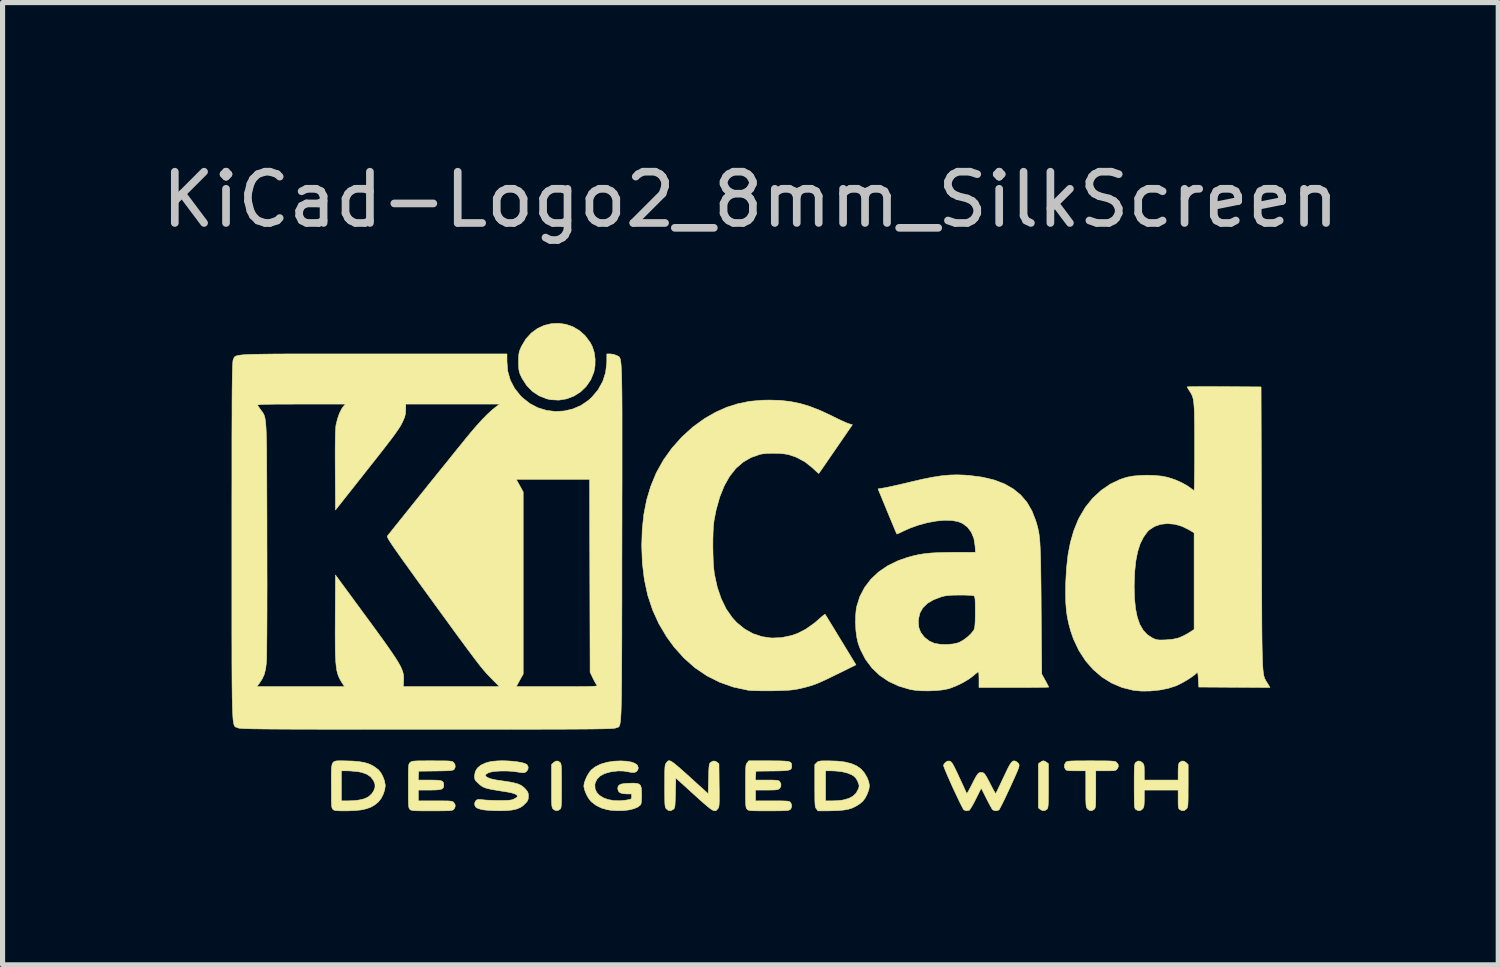
<source format=kicad_pcb>
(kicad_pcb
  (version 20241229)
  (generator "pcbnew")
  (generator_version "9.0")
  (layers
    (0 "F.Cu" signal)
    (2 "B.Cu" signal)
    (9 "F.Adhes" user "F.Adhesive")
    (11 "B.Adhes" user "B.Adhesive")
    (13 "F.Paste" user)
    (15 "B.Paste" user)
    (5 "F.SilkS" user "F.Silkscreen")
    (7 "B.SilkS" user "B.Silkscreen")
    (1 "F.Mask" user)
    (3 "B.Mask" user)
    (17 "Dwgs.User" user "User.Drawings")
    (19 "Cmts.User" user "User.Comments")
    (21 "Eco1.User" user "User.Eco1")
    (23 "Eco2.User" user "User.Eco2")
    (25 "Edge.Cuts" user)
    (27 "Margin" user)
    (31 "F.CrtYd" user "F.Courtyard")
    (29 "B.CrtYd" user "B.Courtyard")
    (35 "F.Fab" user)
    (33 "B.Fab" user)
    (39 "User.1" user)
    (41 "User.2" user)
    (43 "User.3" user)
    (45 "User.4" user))
  (footprint "KiCad-Logo2_8mm_SilkScreen"
    (layer "F.Cu")
    (at 11.601 7.198)
    (property "Reference" "KiCad-Logo2_8mm_SilkScreen" (at 0 -6.35 180) (layer "Dwgs.User") (effects (font (size 1 1) (thickness 0.15))))
    (attr exclude_from_pos_files exclude_from_bom)
    (fp_poly (pts (xy 5.752 4.615) (xy 5.783 4.635) (xy 5.819 4.664) (xy 5.819 5.092) (xy 5.819 5.217) (xy 5.818 5.316) (xy 5.817 5.391) (xy 5.815 5.447) (xy 5.812 5.487) (xy 5.808 5.515) (xy 5.802 5.533) (xy 5.795 5.545) (xy 5.79 5.552) (xy 5.748 5.579) (xy 5.701 5.578) (xy 5.659 5.555) (xy 5.623 5.526) (xy 5.623 4.664) (xy 5.659 4.635) (xy 5.693 4.614) (xy 5.721 4.606) (xy 5.752 4.615)) (stroke (width 0.01) (type solid)) (fill yes) (layer "F.SilkS"))
    (fp_poly (pts (xy -3.718 4.636) (xy -3.709 4.647) (xy -3.702 4.66) (xy -3.697 4.679) (xy -3.693 4.708) (xy -3.69 4.751) (xy -3.689 4.811) (xy -3.688 4.89) (xy -3.688 4.994) (xy -3.688 5.095) (xy -3.688 5.22) (xy -3.688 5.318) (xy -3.689 5.393) (xy -3.691 5.449) (xy -3.694 5.489) (xy -3.698 5.516) (xy -3.703 5.533) (xy -3.711 5.545) (xy -3.718 5.553) (xy -3.762 5.579) (xy -3.808 5.577) (xy -3.85 5.549) (xy -3.86 5.537) (xy -3.867 5.524) (xy -3.873 5.506) (xy -3.877 5.479) (xy -3.88 5.439) (xy -3.882 5.383) (xy -3.883 5.308) (xy -3.883 5.209) (xy -3.883 5.097) (xy -3.883 4.68) (xy -3.846 4.643) (xy -3.801 4.612) (xy -3.756 4.611) (xy -3.718 4.636)) (stroke (width 0.01) (type solid)) (fill yes) (layer "F.SilkS"))
    (fp_poly (pts (xy -3.602 -3.916) (xy -3.466 -3.869) (xy -3.339 -3.794) (xy -3.226 -3.693) (xy -3.13 -3.564) (xy -3.087 -3.483) (xy -3.05 -3.37) (xy -3.032 -3.239) (xy -3.034 -3.105) (xy -3.056 -2.983) (xy -3.117 -2.834) (xy -3.205 -2.705) (xy -3.315 -2.598) (xy -3.444 -2.516) (xy -3.587 -2.461) (xy -3.739 -2.436) (xy -3.896 -2.444) (xy -3.973 -2.46) (xy -4.124 -2.519) (xy -4.258 -2.608) (xy -4.372 -2.726) (xy -4.463 -2.869) (xy -4.47 -2.885) (xy -4.497 -2.943) (xy -4.513 -2.993) (xy -4.522 -3.045) (xy -4.526 -3.111) (xy -4.527 -3.184) (xy -4.526 -3.271) (xy -4.521 -3.334) (xy -4.511 -3.385) (xy -4.492 -3.436) (xy -4.469 -3.487) (xy -4.384 -3.63) (xy -4.279 -3.745) (xy -4.158 -3.834) (xy -4.026 -3.895) (xy -3.886 -3.929) (xy -3.744 -3.936) (xy -3.602 -3.916)) (stroke (width 0.01) (type solid)) (fill yes) (layer "F.SilkS"))
    (fp_poly (pts (xy 6.783 4.607) (xy 6.887 4.607) (xy 6.969 4.608) (xy 7.03 4.61) (xy 7.074 4.613) (xy 7.105 4.616) (xy 7.126 4.621) (xy 7.139 4.628) (xy 7.146 4.633) (xy 7.18 4.676) (xy 7.184 4.721) (xy 7.163 4.762) (xy 7.149 4.778) (xy 7.134 4.789) (xy 7.113 4.796) (xy 7.079 4.8) (xy 7.027 4.801) (xy 6.952 4.802) (xy 6.937 4.802) (xy 6.743 4.802) (xy 6.743 5.163) (xy 6.743 5.276) (xy 6.742 5.364) (xy 6.741 5.429) (xy 6.739 5.475) (xy 6.735 5.507) (xy 6.729 5.528) (xy 6.722 5.543) (xy 6.713 5.553) (xy 6.669 5.58) (xy 6.623 5.578) (xy 6.582 5.547) (xy 6.579 5.544) (xy 6.569 5.53) (xy 6.561 5.513) (xy 6.556 5.49) (xy 6.552 5.457) (xy 6.55 5.409) (xy 6.548 5.343) (xy 6.548 5.254) (xy 6.548 5.153) (xy 6.548 4.802) (xy 6.362 4.802) (xy 6.282 4.801) (xy 6.227 4.799) (xy 6.191 4.795) (xy 6.168 4.787) (xy 6.153 4.776) (xy 6.152 4.774) (xy 6.13 4.73) (xy 6.132 4.68) (xy 6.157 4.636) (xy 6.167 4.628) (xy 6.179 4.621) (xy 6.198 4.616) (xy 6.226 4.612) (xy 6.267 4.61) (xy 6.324 4.608) (xy 6.4 4.607) (xy 6.499 4.607) (xy 6.624 4.606) (xy 6.651 4.606) (xy 6.783 4.607)) (stroke (width 0.01) (type solid)) (fill yes) (layer "F.SilkS"))
    (fp_poly (pts (xy 8.468 4.614) (xy 8.51 4.643) (xy 8.547 4.68) (xy 8.547 5.092) (xy 8.546 5.214) (xy 8.546 5.31) (xy 8.545 5.384) (xy 8.543 5.438) (xy 8.54 5.476) (xy 8.536 5.503) (xy 8.529 5.521) (xy 8.522 5.535) (xy 8.515 5.544) (xy 8.474 5.576) (xy 8.427 5.58) (xy 8.385 5.56) (xy 8.37 5.548) (xy 8.361 5.532) (xy 8.355 5.507) (xy 8.352 5.466) (xy 8.351 5.405) (xy 8.351 5.357) (xy 8.351 5.178) (xy 7.69 5.178) (xy 7.69 5.341) (xy 7.689 5.416) (xy 7.686 5.467) (xy 7.681 5.501) (xy 7.671 5.526) (xy 7.659 5.544) (xy 7.618 5.576) (xy 7.571 5.58) (xy 7.526 5.557) (xy 7.514 5.545) (xy 7.506 5.529) (xy 7.5 5.504) (xy 7.497 5.465) (xy 7.495 5.406) (xy 7.494 5.324) (xy 7.494 5.305) (xy 7.493 5.15) (xy 7.493 5.023) (xy 7.493 4.919) (xy 7.494 4.838) (xy 7.495 4.775) (xy 7.497 4.728) (xy 7.501 4.695) (xy 7.505 4.671) (xy 7.51 4.656) (xy 7.517 4.645) (xy 7.525 4.636) (xy 7.567 4.61) (xy 7.611 4.614) (xy 7.653 4.643) (xy 7.67 4.662) (xy 7.681 4.684) (xy 7.687 4.714) (xy 7.689 4.76) (xy 7.69 4.828) (xy 7.69 4.982) (xy 8.351 4.982) (xy 8.351 4.824) (xy 8.352 4.752) (xy 8.355 4.703) (xy 8.36 4.671) (xy 8.37 4.649) (xy 8.381 4.636) (xy 8.424 4.61) (xy 8.468 4.614)) (stroke (width 0.01) (type solid)) (fill yes) (layer "F.SilkS"))
    (fp_poly (pts (xy 1.531 4.607) (xy 1.703 4.612) (xy 1.849 4.63) (xy 1.971 4.661) (xy 2.073 4.705) (xy 2.157 4.764) (xy 2.224 4.84) (xy 2.278 4.932) (xy 2.279 4.934) (xy 2.311 5.017) (xy 2.323 5.09) (xy 2.314 5.164) (xy 2.283 5.248) (xy 2.278 5.261) (xy 2.239 5.336) (xy 2.195 5.394) (xy 2.139 5.443) (xy 2.062 5.492) (xy 2.057 5.494) (xy 1.99 5.527) (xy 1.915 5.551) (xy 1.825 5.567) (xy 1.718 5.578) (xy 1.586 5.582) (xy 1.54 5.583) (xy 1.319 5.583) (xy 1.288 5.544) (xy 1.279 5.531) (xy 1.272 5.516) (xy 1.266 5.494) (xy 1.263 5.464) (xy 1.26 5.42) (xy 1.259 5.388) (xy 1.468 5.388) (xy 1.593 5.388) (xy 1.666 5.386) (xy 1.741 5.38) (xy 1.802 5.372) (xy 1.806 5.372) (xy 1.916 5.342) (xy 2 5.298) (xy 2.064 5.237) (xy 2.107 5.157) (xy 2.115 5.136) (xy 2.122 5.103) (xy 2.119 5.071) (xy 2.103 5.028) (xy 2.094 5.006) (xy 2.063 4.95) (xy 2.025 4.91) (xy 1.984 4.883) (xy 1.902 4.847) (xy 1.796 4.821) (xy 1.673 4.806) (xy 1.584 4.802) (xy 1.468 4.802) (xy 1.468 5.388) (xy 1.259 5.388) (xy 1.258 5.36) (xy 1.258 5.279) (xy 1.257 5.174) (xy 1.257 5.092) (xy 1.257 4.68) (xy 1.294 4.643) (xy 1.31 4.628) (xy 1.328 4.618) (xy 1.353 4.612) (xy 1.39 4.608) (xy 1.446 4.607) (xy 1.526 4.607) (xy 1.531 4.607)) (stroke (width 0.01) (type solid)) (fill yes) (layer "F.SilkS"))
    (fp_poly (pts (xy -7.975 4.606) (xy -7.922 4.607) (xy -7.768 4.611) (xy -7.639 4.622) (xy -7.531 4.641) (xy -7.439 4.67) (xy -7.358 4.711) (xy -7.286 4.763) (xy -7.259 4.785) (xy -7.216 4.838) (xy -7.177 4.91) (xy -7.147 4.99) (xy -7.131 5.067) (xy -7.129 5.095) (xy -7.14 5.173) (xy -7.169 5.259) (xy -7.21 5.34) (xy -7.259 5.404) (xy -7.267 5.412) (xy -7.335 5.467) (xy -7.409 5.51) (xy -7.493 5.541) (xy -7.593 5.564) (xy -7.712 5.577) (xy -7.854 5.583) (xy -7.919 5.583) (xy -8.002 5.583) (xy -8.06 5.581) (xy -8.099 5.578) (xy -8.125 5.571) (xy -8.142 5.562) (xy -8.151 5.553) (xy -8.16 5.543) (xy -8.167 5.53) (xy -8.172 5.511) (xy -8.176 5.481) (xy -8.179 5.439) (xy -8.18 5.379) (xy -8.181 5.299) (xy -8.181 5.196) (xy -8.181 5.095) (xy -8.182 4.961) (xy -8.182 4.853) (xy -8.18 4.802) (xy -7.986 4.802) (xy -7.986 5.388) (xy -7.862 5.388) (xy -7.787 5.386) (xy -7.709 5.38) (xy -7.644 5.372) (xy -7.642 5.372) (xy -7.537 5.347) (xy -7.455 5.307) (xy -7.393 5.251) (xy -7.353 5.189) (xy -7.329 5.122) (xy -7.331 5.058) (xy -7.359 4.99) (xy -7.414 4.919) (xy -7.491 4.867) (xy -7.59 4.832) (xy -7.657 4.819) (xy -7.732 4.811) (xy -7.812 4.804) (xy -7.881 4.802) (xy -7.885 4.802) (xy -7.986 4.802) (xy -8.18 4.802) (xy -8.18 4.77) (xy -8.174 4.708) (xy -8.163 4.663) (xy -8.145 4.634) (xy -8.119 4.617) (xy -8.083 4.608) (xy -8.036 4.606) (xy -7.975 4.606)) (stroke (width 0.01) (type solid)) (fill yes) (layer "F.SilkS"))
    (fp_poly (pts (xy -1.556 4.612) (xy -1.524 4.631) (xy -1.483 4.661) (xy -1.431 4.704) (xy -1.364 4.762) (xy -1.281 4.835) (xy -1.18 4.926) (xy -1.065 5.031) (xy -0.824 5.249) (xy -0.817 4.957) (xy -0.814 4.856) (xy -0.812 4.781) (xy -0.808 4.727) (xy -0.804 4.691) (xy -0.799 4.667) (xy -0.79 4.651) (xy -0.78 4.64) (xy -0.774 4.635) (xy -0.728 4.61) (xy -0.684 4.614) (xy -0.649 4.635) (xy -0.614 4.664) (xy -0.61 5.083) (xy -0.608 5.206) (xy -0.608 5.303) (xy -0.608 5.377) (xy -0.609 5.432) (xy -0.612 5.471) (xy -0.616 5.499) (xy -0.621 5.518) (xy -0.629 5.532) (xy -0.637 5.543) (xy -0.655 5.564) (xy -0.673 5.578) (xy -0.693 5.583) (xy -0.718 5.578) (xy -0.751 5.562) (xy -0.793 5.533) (xy -0.848 5.489) (xy -0.917 5.429) (xy -1.004 5.352) (xy -1.102 5.263) (xy -1.456 4.942) (xy -1.463 5.234) (xy -1.466 5.335) (xy -1.469 5.41) (xy -1.472 5.463) (xy -1.476 5.5) (xy -1.482 5.523) (xy -1.49 5.539) (xy -1.501 5.55) (xy -1.506 5.555) (xy -1.555 5.58) (xy -1.602 5.576) (xy -1.642 5.544) (xy -1.652 5.531) (xy -1.659 5.515) (xy -1.664 5.494) (xy -1.668 5.464) (xy -1.671 5.42) (xy -1.672 5.359) (xy -1.673 5.278) (xy -1.674 5.173) (xy -1.674 5.095) (xy -1.673 4.973) (xy -1.673 4.878) (xy -1.672 4.805) (xy -1.67 4.751) (xy -1.667 4.713) (xy -1.662 4.686) (xy -1.656 4.668) (xy -1.648 4.654) (xy -1.642 4.646) (xy -1.627 4.627) (xy -1.613 4.613) (xy -1.598 4.605) (xy -1.58 4.604) (xy -1.556 4.612)) (stroke (width 0.01) (type solid)) (fill yes) (layer "F.SilkS"))
    (fp_poly (pts (xy -2.421 4.614) (xy -2.33 4.629) (xy -2.26 4.653) (xy -2.214 4.684) (xy -2.202 4.702) (xy -2.189 4.744) (xy -2.198 4.781) (xy -2.225 4.817) (xy -2.266 4.834) (xy -2.327 4.832) (xy -2.374 4.823) (xy -2.478 4.806) (xy -2.584 4.804) (xy -2.703 4.818) (xy -2.736 4.824) (xy -2.846 4.855) (xy -2.933 4.902) (xy -2.994 4.963) (xy -3.03 5.037) (xy -3.037 5.075) (xy -3.032 5.154) (xy -3.001 5.223) (xy -2.947 5.281) (xy -2.872 5.328) (xy -2.779 5.362) (xy -2.671 5.382) (xy -2.551 5.386) (xy -2.422 5.373) (xy -2.415 5.371) (xy -2.364 5.362) (xy -2.335 5.353) (xy -2.323 5.339) (xy -2.32 5.316) (xy -2.32 5.304) (xy -2.32 5.253) (xy -2.411 5.253) (xy -2.492 5.247) (xy -2.546 5.23) (xy -2.578 5.198) (xy -2.59 5.152) (xy -2.59 5.146) (xy -2.583 5.106) (xy -2.56 5.078) (xy -2.517 5.059) (xy -2.45 5.049) (xy -2.385 5.045) (xy -2.291 5.042) (xy -2.223 5.046) (xy -2.176 5.059) (xy -2.147 5.085) (xy -2.132 5.127) (xy -2.126 5.191) (xy -2.124 5.273) (xy -2.126 5.366) (xy -2.132 5.429) (xy -2.141 5.462) (xy -2.143 5.465) (xy -2.195 5.507) (xy -2.271 5.54) (xy -2.366 5.564) (xy -2.476 5.578) (xy -2.596 5.58) (xy -2.72 5.572) (xy -2.793 5.561) (xy -2.908 5.528) (xy -3.015 5.475) (xy -3.104 5.406) (xy -3.118 5.393) (xy -3.162 5.335) (xy -3.202 5.263) (xy -3.232 5.188) (xy -3.25 5.119) (xy -3.252 5.093) (xy -3.243 5.038) (xy -3.219 4.97) (xy -3.186 4.898) (xy -3.146 4.833) (xy -3.112 4.789) (xy -3.031 4.724) (xy -2.926 4.672) (xy -2.801 4.635) (xy -2.66 4.613) (xy -2.53 4.608) (xy -2.421 4.614)) (stroke (width 0.01) (type solid)) (fill yes) (layer "F.SilkS"))
    (fp_poly (pts (xy 0.482 4.607) (xy 0.583 4.608) (xy 0.661 4.611) (xy 0.719 4.616) (xy 0.758 4.624) (xy 0.784 4.636) (xy 0.798 4.652) (xy 0.805 4.673) (xy 0.806 4.699) (xy 0.806 4.703) (xy 0.805 4.733) (xy 0.799 4.756) (xy 0.784 4.774) (xy 0.757 4.786) (xy 0.715 4.794) (xy 0.655 4.8) (xy 0.572 4.803) (xy 0.463 4.805) (xy 0.43 4.805) (xy 0.107 4.809) (xy 0.103 4.896) (xy 0.098 4.982) (xy 0.322 4.982) (xy 0.41 4.982) (xy 0.472 4.984) (xy 0.515 4.987) (xy 0.542 4.992) (xy 0.56 5) (xy 0.573 5.012) (xy 0.573 5.012) (xy 0.596 5.056) (xy 0.595 5.105) (xy 0.571 5.146) (xy 0.566 5.15) (xy 0.549 5.161) (xy 0.525 5.169) (xy 0.49 5.174) (xy 0.438 5.176) (xy 0.364 5.177) (xy 0.316 5.178) (xy 0.1 5.178) (xy 0.1 5.388) (xy 0.428 5.388) (xy 0.537 5.388) (xy 0.619 5.389) (xy 0.679 5.391) (xy 0.721 5.393) (xy 0.749 5.398) (xy 0.767 5.404) (xy 0.778 5.412) (xy 0.781 5.415) (xy 0.803 5.457) (xy 0.805 5.505) (xy 0.787 5.547) (xy 0.773 5.56) (xy 0.758 5.567) (xy 0.736 5.573) (xy 0.702 5.577) (xy 0.653 5.58) (xy 0.585 5.582) (xy 0.495 5.583) (xy 0.379 5.583) (xy 0.353 5.583) (xy 0.235 5.583) (xy 0.143 5.583) (xy 0.075 5.582) (xy 0.025 5.58) (xy -0.01 5.577) (xy -0.033 5.572) (xy -0.048 5.565) (xy -0.059 5.557) (xy -0.065 5.55) (xy -0.074 5.539) (xy -0.081 5.526) (xy -0.086 5.506) (xy -0.09 5.477) (xy -0.093 5.434) (xy -0.094 5.374) (xy -0.095 5.294) (xy -0.095 5.189) (xy -0.095 5.102) (xy -0.095 4.979) (xy -0.095 4.882) (xy -0.094 4.808) (xy -0.092 4.754) (xy -0.089 4.715) (xy -0.085 4.688) (xy -0.079 4.669) (xy -0.071 4.655) (xy -0.064 4.646) (xy -0.033 4.606) (xy 0.353 4.606) (xy 0.482 4.607)) (stroke (width 0.01) (type solid)) (fill yes) (layer "F.SilkS"))
    (fp_poly (pts (xy -6.099 4.607) (xy -6.007 4.607) (xy -5.937 4.608) (xy -5.886 4.61) (xy -5.851 4.614) (xy -5.827 4.618) (xy -5.811 4.625) (xy -5.799 4.633) (xy -5.795 4.637) (xy -5.768 4.678) (xy -5.763 4.726) (xy -5.781 4.768) (xy -5.789 4.777) (xy -5.802 4.785) (xy -5.823 4.791) (xy -5.855 4.796) (xy -5.903 4.8) (xy -5.971 4.802) (xy -6.062 4.804) (xy -6.146 4.805) (xy -6.476 4.809) (xy -6.485 4.982) (xy -6.261 4.982) (xy -6.164 4.983) (xy -6.092 4.986) (xy -6.043 4.994) (xy -6.012 5.007) (xy -5.995 5.028) (xy -5.988 5.057) (xy -5.987 5.084) (xy -5.99 5.117) (xy -6.003 5.141) (xy -6.028 5.158) (xy -6.071 5.169) (xy -6.133 5.175) (xy -6.221 5.177) (xy -6.268 5.178) (xy -6.483 5.178) (xy -6.483 5.388) (xy -6.152 5.388) (xy -6.044 5.388) (xy -5.962 5.389) (xy -5.901 5.39) (xy -5.859 5.393) (xy -5.83 5.397) (xy -5.811 5.404) (xy -5.798 5.412) (xy -5.792 5.418) (xy -5.769 5.454) (xy -5.762 5.486) (xy -5.772 5.525) (xy -5.792 5.553) (xy -5.802 5.562) (xy -5.816 5.569) (xy -5.836 5.575) (xy -5.866 5.578) (xy -5.911 5.581) (xy -5.973 5.582) (xy -6.056 5.583) (xy -6.164 5.583) (xy -6.22 5.583) (xy -6.34 5.583) (xy -6.434 5.583) (xy -6.505 5.582) (xy -6.556 5.58) (xy -6.592 5.576) (xy -6.617 5.572) (xy -6.633 5.566) (xy -6.644 5.558) (xy -6.648 5.553) (xy -6.657 5.543) (xy -6.664 5.53) (xy -6.669 5.511) (xy -6.673 5.481) (xy -6.676 5.438) (xy -6.677 5.379) (xy -6.678 5.298) (xy -6.678 5.194) (xy -6.678 5.097) (xy -6.678 4.973) (xy -6.678 4.876) (xy -6.677 4.801) (xy -6.676 4.746) (xy -6.673 4.707) (xy -6.669 4.681) (xy -6.663 4.663) (xy -6.656 4.651) (xy -6.646 4.641) (xy -6.644 4.639) (xy -6.632 4.629) (xy -6.619 4.622) (xy -6.6 4.616) (xy -6.571 4.612) (xy -6.53 4.609) (xy -6.472 4.607) (xy -6.394 4.607) (xy -6.291 4.606) (xy -6.218 4.606) (xy -6.099 4.607)) (stroke (width 0.01) (type solid)) (fill yes) (layer "F.SilkS"))
    (fp_poly (pts (xy 5.161 4.609) (xy 5.187 4.618) (xy 5.188 4.619) (xy 5.223 4.646) (xy 5.243 4.674) (xy 5.246 4.687) (xy 5.246 4.704) (xy 5.241 4.729) (xy 5.229 4.764) (xy 5.21 4.812) (xy 5.182 4.878) (xy 5.144 4.962) (xy 5.095 5.07) (xy 5.068 5.129) (xy 5.019 5.233) (xy 4.974 5.33) (xy 4.933 5.414) (xy 4.898 5.483) (xy 4.872 5.533) (xy 4.856 5.561) (xy 4.852 5.565) (xy 4.811 5.581) (xy 4.764 5.579) (xy 4.727 5.559) (xy 4.725 5.557) (xy 4.711 5.534) (xy 4.686 5.491) (xy 4.654 5.431) (xy 4.618 5.361) (xy 4.605 5.336) (xy 4.507 5.14) (xy 4.401 5.352) (xy 4.363 5.426) (xy 4.328 5.489) (xy 4.298 5.538) (xy 4.277 5.568) (xy 4.27 5.574) (xy 4.215 5.582) (xy 4.169 5.565) (xy 4.155 5.546) (xy 4.132 5.503) (xy 4.101 5.442) (xy 4.064 5.366) (xy 4.022 5.278) (xy 3.978 5.185) (xy 3.934 5.089) (xy 3.892 4.994) (xy 3.853 4.906) (xy 3.82 4.827) (xy 3.793 4.763) (xy 3.776 4.717) (xy 3.77 4.693) (xy 3.77 4.692) (xy 3.785 4.663) (xy 3.814 4.633) (xy 3.816 4.631) (xy 3.852 4.611) (xy 3.885 4.611) (xy 3.898 4.615) (xy 3.913 4.623) (xy 3.929 4.64) (xy 3.949 4.667) (xy 3.973 4.71) (xy 4.003 4.771) (xy 4.043 4.854) (xy 4.078 4.93) (xy 4.119 5.018) (xy 4.156 5.097) (xy 4.186 5.164) (xy 4.209 5.213) (xy 4.221 5.241) (xy 4.223 5.245) (xy 4.231 5.238) (xy 4.25 5.208) (xy 4.277 5.16) (xy 4.31 5.098) (xy 4.323 5.072) (xy 4.366 4.986) (xy 4.4 4.923) (xy 4.427 4.88) (xy 4.449 4.853) (xy 4.469 4.838) (xy 4.491 4.832) (xy 4.505 4.832) (xy 4.529 4.834) (xy 4.551 4.843) (xy 4.573 4.863) (xy 4.597 4.897) (xy 4.627 4.949) (xy 4.665 5.022) (xy 4.687 5.064) (xy 4.721 5.131) (xy 4.751 5.186) (xy 4.774 5.226) (xy 4.787 5.244) (xy 4.789 5.245) (xy 4.798 5.23) (xy 4.817 5.193) (xy 4.845 5.135) (xy 4.88 5.062) (xy 4.919 4.978) (xy 4.939 4.937) (xy 4.99 4.829) (xy 5.03 4.746) (xy 5.063 4.685) (xy 5.091 4.644) (xy 5.115 4.619) (xy 5.137 4.608) (xy 5.161 4.609)) (stroke (width 0.01) (type solid)) (fill yes) (layer "F.SilkS"))
    (fp_poly (pts (xy -4.74 4.608) (xy -4.64 4.615) (xy -4.548 4.626) (xy -4.467 4.64) (xy -4.405 4.658) (xy -4.365 4.678) (xy -4.359 4.684) (xy -4.338 4.73) (xy -4.345 4.777) (xy -4.377 4.818) (xy -4.379 4.819) (xy -4.398 4.831) (xy -4.418 4.838) (xy -4.446 4.839) (xy -4.489 4.834) (xy -4.554 4.824) (xy -4.559 4.823) (xy -4.656 4.811) (xy -4.761 4.805) (xy -4.865 4.805) (xy -4.963 4.81) (xy -5.047 4.821) (xy -5.108 4.837) (xy -5.112 4.839) (xy -5.157 4.864) (xy -5.173 4.889) (xy -5.161 4.914) (xy -5.121 4.938) (xy -5.056 4.96) (xy -4.965 4.98) (xy -4.905 4.989) (xy -4.78 5.007) (xy -4.68 5.023) (xy -4.601 5.04) (xy -4.54 5.057) (xy -4.492 5.078) (xy -4.453 5.102) (xy -4.417 5.132) (xy -4.389 5.161) (xy -4.356 5.203) (xy -4.339 5.238) (xy -4.334 5.281) (xy -4.334 5.297) (xy -4.338 5.35) (xy -4.353 5.39) (xy -4.38 5.424) (xy -4.434 5.478) (xy -4.495 5.519) (xy -4.567 5.548) (xy -4.653 5.567) (xy -4.76 5.578) (xy -4.891 5.581) (xy -4.912 5.581) (xy -5 5.579) (xy -5.086 5.575) (xy -5.163 5.569) (xy -5.22 5.562) (xy -5.224 5.562) (xy -5.281 5.548) (xy -5.329 5.531) (xy -5.356 5.516) (xy -5.381 5.475) (xy -5.383 5.428) (xy -5.361 5.385) (xy -5.356 5.381) (xy -5.336 5.366) (xy -5.311 5.36) (xy -5.272 5.361) (xy -5.224 5.367) (xy -5.172 5.372) (xy -5.098 5.376) (xy -5.011 5.379) (xy -4.921 5.38) (xy -4.897 5.38) (xy -4.807 5.38) (xy -4.741 5.378) (xy -4.693 5.374) (xy -4.658 5.368) (xy -4.63 5.358) (xy -4.613 5.35) (xy -4.575 5.328) (xy -4.551 5.308) (xy -4.548 5.302) (xy -4.555 5.279) (xy -4.59 5.256) (xy -4.65 5.235) (xy -4.733 5.217) (xy -4.758 5.213) (xy -4.886 5.193) (xy -4.987 5.176) (xy -5.068 5.162) (xy -5.13 5.148) (xy -5.178 5.134) (xy -5.216 5.118) (xy -5.248 5.099) (xy -5.278 5.077) (xy -5.309 5.049) (xy -5.32 5.039) (xy -5.357 5.003) (xy -5.377 4.974) (xy -5.385 4.941) (xy -5.386 4.899) (xy -5.372 4.818) (xy -5.331 4.748) (xy -5.263 4.691) (xy -5.168 4.647) (xy -5.1 4.628) (xy -5.027 4.615) (xy -4.939 4.608) (xy -4.841 4.605) (xy -4.74 4.608)) (stroke (width 0.01) (type solid)) (fill yes) (layer "F.SilkS"))
    (fp_poly (pts (xy 0.581 -2.431) (xy 0.777 -2.409) (xy 0.967 -2.371) (xy 1.158 -2.314) (xy 1.358 -2.236) (xy 1.576 -2.135) (xy 1.615 -2.115) (xy 1.705 -2.071) (xy 1.79 -2.031) (xy 1.861 -1.999) (xy 1.91 -1.979) (xy 1.918 -1.977) (xy 1.991 -1.955) (xy 1.665 -1.481) (xy 1.585 -1.365) (xy 1.512 -1.259) (xy 1.449 -1.167) (xy 1.397 -1.092) (xy 1.359 -1.038) (xy 1.339 -1.008) (xy 1.335 -1.003) (xy 1.322 -1.013) (xy 1.288 -1.043) (xy 1.24 -1.087) (xy 1.214 -1.112) (xy 1.065 -1.231) (xy 0.897 -1.321) (xy 0.753 -1.37) (xy 0.666 -1.386) (xy 0.558 -1.395) (xy 0.44 -1.398) (xy 0.326 -1.395) (xy 0.229 -1.385) (xy 0.19 -1.378) (xy 0.015 -1.317) (xy -0.143 -1.225) (xy -0.284 -1.102) (xy -0.407 -0.947) (xy -0.512 -0.76) (xy -0.599 -0.543) (xy -0.669 -0.294) (xy -0.71 -0.082) (xy -0.721 0.012) (xy -0.728 0.134) (xy -0.732 0.273) (xy -0.733 0.423) (xy -0.73 0.575) (xy -0.725 0.718) (xy -0.716 0.846) (xy -0.704 0.949) (xy -0.702 0.964) (xy -0.646 1.22) (xy -0.569 1.445) (xy -0.472 1.643) (xy -0.353 1.813) (xy -0.269 1.905) (xy -0.117 2.03) (xy 0.049 2.123) (xy 0.227 2.182) (xy 0.414 2.209) (xy 0.607 2.201) (xy 0.803 2.16) (xy 0.92 2.119) (xy 1.08 2.037) (xy 1.246 1.92) (xy 1.339 1.84) (xy 1.391 1.794) (xy 1.432 1.761) (xy 1.455 1.745) (xy 1.458 1.744) (xy 1.469 1.761) (xy 1.496 1.804) (xy 1.537 1.872) (xy 1.59 1.959) (xy 1.653 2.062) (xy 1.723 2.177) (xy 1.762 2.241) (xy 2.061 2.732) (xy 1.688 2.916) (xy 1.553 2.982) (xy 1.444 3.034) (xy 1.354 3.075) (xy 1.276 3.107) (xy 1.203 3.133) (xy 1.13 3.155) (xy 1.049 3.176) (xy 0.971 3.195) (xy 0.901 3.209) (xy 0.829 3.22) (xy 0.746 3.228) (xy 0.645 3.233) (xy 0.52 3.237) (xy 0.435 3.239) (xy 0.315 3.24) (xy 0.199 3.239) (xy 0.096 3.237) (xy 0.013 3.234) (xy -0.042 3.229) (xy -0.045 3.228) (xy -0.33 3.167) (xy -0.598 3.073) (xy -0.848 2.948) (xy -1.08 2.791) (xy -1.295 2.602) (xy -1.492 2.382) (xy -1.635 2.186) (xy -1.787 1.93) (xy -1.91 1.659) (xy -2.005 1.372) (xy -2.071 1.066) (xy -2.11 0.74) (xy -2.122 0.408) (xy -2.112 0.087) (xy -2.08 -0.209) (xy -2.026 -0.486) (xy -1.948 -0.747) (xy -1.845 -0.999) (xy -1.833 -1.025) (xy -1.697 -1.268) (xy -1.531 -1.5) (xy -1.338 -1.716) (xy -1.125 -1.91) (xy -0.894 -2.077) (xy -0.679 -2.2) (xy -0.462 -2.297) (xy -0.244 -2.366) (xy -0.018 -2.412) (xy 0.226 -2.434) (xy 0.372 -2.437) (xy 0.581 -2.431)) (stroke (width 0.01) (type solid)) (fill yes) (layer "F.SilkS"))
    (fp_poly (pts (xy 9.042 -2.7) (xy 9.196 -2.699) (xy 9.248 -2.699) (xy 9.97 -2.694) (xy 9.979 0.073) (xy 9.98 0.448) (xy 9.981 0.788) (xy 9.982 1.096) (xy 9.983 1.373) (xy 9.984 1.621) (xy 9.985 1.841) (xy 9.986 2.036) (xy 9.988 2.206) (xy 9.99 2.354) (xy 9.993 2.482) (xy 9.996 2.592) (xy 9.999 2.684) (xy 10.003 2.761) (xy 10.008 2.825) (xy 10.013 2.877) (xy 10.02 2.92) (xy 10.027 2.954) (xy 10.035 2.982) (xy 10.044 3.005) (xy 10.055 3.026) (xy 10.066 3.045) (xy 10.079 3.066) (xy 10.093 3.089) (xy 10.096 3.093) (xy 10.144 3.175) (xy 8.754 3.166) (xy 8.745 3.013) (xy 8.74 2.94) (xy 8.735 2.898) (xy 8.728 2.881) (xy 8.717 2.884) (xy 8.709 2.894) (xy 8.67 2.929) (xy 8.608 2.975) (xy 8.531 3.025) (xy 8.447 3.074) (xy 8.365 3.117) (xy 8.302 3.145) (xy 8.155 3.192) (xy 7.986 3.225) (xy 7.808 3.243) (xy 7.633 3.245) (xy 7.474 3.229) (xy 7.472 3.229) (xy 7.254 3.174) (xy 7.05 3.087) (xy 6.863 2.97) (xy 6.693 2.824) (xy 6.542 2.651) (xy 6.414 2.453) (xy 6.309 2.232) (xy 6.252 2.068) (xy 6.215 1.931) (xy 6.187 1.799) (xy 6.168 1.663) (xy 6.157 1.514) (xy 6.153 1.347) (xy 6.155 1.209) (xy 7.493 1.209) (xy 7.5 1.439) (xy 7.52 1.637) (xy 7.554 1.805) (xy 7.603 1.943) (xy 7.668 2.055) (xy 7.748 2.142) (xy 7.842 2.204) (xy 7.89 2.227) (xy 7.932 2.24) (xy 7.979 2.247) (xy 8.042 2.247) (xy 8.11 2.245) (xy 8.243 2.233) (xy 8.349 2.21) (xy 8.382 2.198) (xy 8.458 2.164) (xy 8.538 2.121) (xy 8.572 2.1) (xy 8.663 2.041) (xy 8.663 0.155) (xy 8.563 0.095) (xy 8.424 0.027) (xy 8.282 -0.013) (xy 8.142 -0.025) (xy 8.009 -0.011) (xy 7.889 0.031) (xy 7.787 0.099) (xy 7.754 0.131) (xy 7.675 0.239) (xy 7.61 0.368) (xy 7.561 0.523) (xy 7.525 0.704) (xy 7.503 0.915) (xy 7.494 1.157) (xy 7.493 1.209) (xy 6.155 1.209) (xy 6.155 1.152) (xy 6.171 0.854) (xy 6.201 0.584) (xy 6.248 0.34) (xy 6.312 0.118) (xy 6.394 -0.087) (xy 6.424 -0.148) (xy 6.542 -0.347) (xy 6.684 -0.523) (xy 6.848 -0.674) (xy 7.029 -0.798) (xy 7.225 -0.891) (xy 7.343 -0.929) (xy 7.458 -0.952) (xy 7.597 -0.965) (xy 7.748 -0.97) (xy 7.898 -0.965) (xy 8.038 -0.951) (xy 8.15 -0.928) (xy 8.283 -0.885) (xy 8.412 -0.829) (xy 8.525 -0.767) (xy 8.585 -0.725) (xy 8.627 -0.693) (xy 8.656 -0.674) (xy 8.662 -0.671) (xy 8.664 -0.689) (xy 8.666 -0.739) (xy 8.668 -0.819) (xy 8.669 -0.924) (xy 8.671 -1.051) (xy 8.672 -1.197) (xy 8.672 -1.357) (xy 8.672 -1.521) (xy 8.672 -1.731) (xy 8.672 -1.908) (xy 8.67 -2.055) (xy 8.668 -2.176) (xy 8.665 -2.274) (xy 8.659 -2.353) (xy 8.652 -2.416) (xy 8.643 -2.467) (xy 8.631 -2.508) (xy 8.616 -2.543) (xy 8.598 -2.576) (xy 8.577 -2.61) (xy 8.574 -2.614) (xy 8.546 -2.658) (xy 8.529 -2.688) (xy 8.527 -2.694) (xy 8.545 -2.696) (xy 8.595 -2.698) (xy 8.673 -2.699) (xy 8.776 -2.7) (xy 8.9 -2.7) (xy 9.042 -2.7)) (stroke (width 0.01) (type solid)) (fill yes) (layer "F.SilkS"))
    (fp_poly (pts (xy 4.186 -0.972) (xy 4.276 -0.965) (xy 4.533 -0.931) (xy 4.76 -0.877) (xy 4.96 -0.801) (xy 5.132 -0.703) (xy 5.278 -0.583) (xy 5.4 -0.44) (xy 5.497 -0.272) (xy 5.568 -0.091) (xy 5.586 -0.033) (xy 5.602 0.021) (xy 5.615 0.075) (xy 5.627 0.13) (xy 5.637 0.191) (xy 5.645 0.26) (xy 5.652 0.339) (xy 5.657 0.433) (xy 5.662 0.543) (xy 5.666 0.672) (xy 5.669 0.825) (xy 5.671 1.003) (xy 5.674 1.209) (xy 5.676 1.447) (xy 5.677 1.633) (xy 5.688 2.912) (xy 5.756 3.035) (xy 5.788 3.094) (xy 5.812 3.14) (xy 5.823 3.165) (xy 5.824 3.167) (xy 5.806 3.168) (xy 5.757 3.17) (xy 5.678 3.172) (xy 5.576 3.173) (xy 5.453 3.174) (xy 5.314 3.175) (xy 5.162 3.175) (xy 5.144 3.175) (xy 4.463 3.175) (xy 4.463 3.021) (xy 4.462 2.951) (xy 4.459 2.898) (xy 4.454 2.869) (xy 4.452 2.867) (xy 4.434 2.878) (xy 4.397 2.907) (xy 4.349 2.948) (xy 4.348 2.949) (xy 4.26 3.014) (xy 4.149 3.08) (xy 4.028 3.139) (xy 3.908 3.186) (xy 3.855 3.202) (xy 3.751 3.222) (xy 3.622 3.235) (xy 3.481 3.241) (xy 3.34 3.239) (xy 3.211 3.228) (xy 3.121 3.214) (xy 2.899 3.148) (xy 2.699 3.056) (xy 2.522 2.936) (xy 2.371 2.791) (xy 2.245 2.622) (xy 2.147 2.43) (xy 2.104 2.313) (xy 2.078 2.2) (xy 2.06 2.064) (xy 2.052 1.917) (xy 2.052 1.896) (xy 3.279 1.896) (xy 3.289 2.005) (xy 3.323 2.095) (xy 3.386 2.179) (xy 3.41 2.204) (xy 3.496 2.27) (xy 3.594 2.313) (xy 3.713 2.333) (xy 3.837 2.335) (xy 3.956 2.325) (xy 4.046 2.305) (xy 4.086 2.29) (xy 4.156 2.25) (xy 4.232 2.194) (xy 4.3 2.131) (xy 4.351 2.07) (xy 4.365 2.047) (xy 4.375 2.016) (xy 4.383 1.967) (xy 4.388 1.894) (xy 4.39 1.793) (xy 4.391 1.697) (xy 4.39 1.585) (xy 4.389 1.504) (xy 4.386 1.449) (xy 4.381 1.414) (xy 4.373 1.394) (xy 4.362 1.384) (xy 4.359 1.383) (xy 4.33 1.378) (xy 4.272 1.374) (xy 4.193 1.371) (xy 4.102 1.37) (xy 4.082 1.37) (xy 3.96 1.372) (xy 3.866 1.378) (xy 3.791 1.388) (xy 3.729 1.404) (xy 3.575 1.462) (xy 3.455 1.533) (xy 3.367 1.619) (xy 3.309 1.721) (xy 3.282 1.839) (xy 3.279 1.896) (xy 2.052 1.896) (xy 2.054 1.774) (xy 2.066 1.645) (xy 2.076 1.592) (xy 2.137 1.399) (xy 2.23 1.221) (xy 2.353 1.06) (xy 2.504 0.918) (xy 2.682 0.797) (xy 2.885 0.698) (xy 3.057 0.638) (xy 3.172 0.606) (xy 3.282 0.581) (xy 3.395 0.563) (xy 3.516 0.55) (xy 3.654 0.542) (xy 3.816 0.538) (xy 3.962 0.536) (xy 4.395 0.535) (xy 4.386 0.405) (xy 4.363 0.264) (xy 4.313 0.143) (xy 4.238 0.044) (xy 4.141 -0.029) (xy 4.056 -0.064) (xy 3.934 -0.086) (xy 3.789 -0.09) (xy 3.627 -0.075) (xy 3.455 -0.043) (xy 3.281 0.004) (xy 3.111 0.065) (xy 2.987 0.121) (xy 2.928 0.15) (xy 2.882 0.17) (xy 2.859 0.178) (xy 2.858 0.178) (xy 2.85 0.16) (xy 2.83 0.114) (xy 2.8 0.042) (xy 2.762 -0.049) (xy 2.717 -0.156) (xy 2.672 -0.265) (xy 2.492 -0.703) (xy 2.62 -0.724) (xy 2.676 -0.735) (xy 2.76 -0.753) (xy 2.864 -0.776) (xy 2.982 -0.803) (xy 3.107 -0.833) (xy 3.157 -0.845) (xy 3.372 -0.895) (xy 3.56 -0.932) (xy 3.728 -0.958) (xy 3.884 -0.973) (xy 4.034 -0.977) (xy 4.186 -0.972)) (stroke (width 0.01) (type solid)) (fill yes) (layer "F.SilkS"))
    (fp_poly (pts (xy -7.87 -3.338) (xy -7.521 -3.338) (xy -7.358 -3.338) (xy -4.753 -3.338) (xy -4.753 -3.185) (xy -4.737 -2.998) (xy -4.688 -2.826) (xy -4.605 -2.667) (xy -4.488 -2.52) (xy -4.448 -2.481) (xy -4.306 -2.369) (xy -4.149 -2.287) (xy -3.982 -2.236) (xy -3.81 -2.214) (xy -3.637 -2.224) (xy -3.468 -2.263) (xy -3.308 -2.332) (xy -3.162 -2.432) (xy -3.096 -2.492) (xy -2.973 -2.639) (xy -2.883 -2.801) (xy -2.827 -2.976) (xy -2.805 -3.161) (xy -2.804 -3.18) (xy -2.803 -3.338) (xy -2.733 -3.338) (xy -2.671 -3.33) (xy -2.615 -3.309) (xy -2.611 -3.307) (xy -2.598 -3.301) (xy -2.587 -3.296) (xy -2.576 -3.29) (xy -2.566 -3.284) (xy -2.557 -3.274) (xy -2.549 -3.26) (xy -2.542 -3.239) (xy -2.536 -3.211) (xy -2.53 -3.174) (xy -2.525 -3.127) (xy -2.521 -3.067) (xy -2.517 -2.994) (xy -2.514 -2.906) (xy -2.512 -2.801) (xy -2.51 -2.678) (xy -2.508 -2.535) (xy -2.507 -2.372) (xy -2.506 -2.186) (xy -2.506 -1.976) (xy -2.506 -1.74) (xy -2.506 -1.477) (xy -2.506 -1.185) (xy -2.506 -0.864) (xy -2.507 -0.511) (xy -2.507 -0.124) (xy -2.508 0.297) (xy -2.508 0.348) (xy -2.509 0.771) (xy -2.509 1.16) (xy -2.509 1.516) (xy -2.51 1.839) (xy -2.51 2.133) (xy -2.511 2.398) (xy -2.512 2.635) (xy -2.513 2.847) (xy -2.514 3.034) (xy -2.516 3.199) (xy -2.517 3.342) (xy -2.52 3.466) (xy -2.523 3.571) (xy -2.526 3.66) (xy -2.53 3.733) (xy -2.534 3.793) (xy -2.539 3.84) (xy -2.545 3.877) (xy -2.551 3.904) (xy -2.558 3.924) (xy -2.566 3.937) (xy -2.575 3.946) (xy -2.585 3.951) (xy -2.596 3.955) (xy -2.608 3.958) (xy -2.621 3.963) (xy -2.624 3.964) (xy -2.634 3.967) (xy -2.651 3.97) (xy -2.676 3.973) (xy -2.71 3.976) (xy -2.756 3.978) (xy -2.814 3.98) (xy -2.886 3.982) (xy -2.973 3.983) (xy -3.078 3.985) (xy -3.201 3.986) (xy -3.343 3.987) (xy -3.507 3.988) (xy -3.694 3.989) (xy -3.905 3.989) (xy -4.141 3.99) (xy -4.405 3.99) (xy -4.697 3.991) (xy -5.019 3.991) (xy -5.373 3.991) (xy -5.759 3.991) (xy -6.18 3.991) (xy -6.316 3.991) (xy -6.747 3.991) (xy -7.142 3.991) (xy -7.504 3.991) (xy -7.835 3.99) (xy -8.134 3.99) (xy -8.405 3.99) (xy -8.649 3.989) (xy -8.866 3.989) (xy -9.059 3.988) (xy -9.229 3.987) (xy -9.378 3.986) (xy -9.506 3.985) (xy -9.616 3.983) (xy -9.709 3.982) (xy -9.786 3.98) (xy -9.848 3.978) (xy -9.899 3.976) (xy -9.937 3.974) (xy -9.967 3.971) (xy -9.987 3.968) (xy -10.001 3.965) (xy -10.009 3.962) (xy -10.023 3.956) (xy -10.035 3.952) (xy -10.046 3.948) (xy -10.057 3.942) (xy -10.066 3.934) (xy -10.075 3.92) (xy -10.082 3.901) (xy -10.089 3.874) (xy -10.095 3.839) (xy -10.101 3.793) (xy -10.105 3.734) (xy -10.109 3.663) (xy -10.112 3.576) (xy -10.115 3.473) (xy -10.118 3.352) (xy -10.119 3.211) (xy -10.12 3.157) (xy -9.636 3.157) (xy -7.924 3.157) (xy -7.957 3.107) (xy -7.99 3.056) (xy -8.018 3.007) (xy -8.041 2.957) (xy -8.06 2.903) (xy -8.075 2.841) (xy -8.086 2.768) (xy -8.095 2.68) (xy -8.101 2.574) (xy -8.105 2.447) (xy -8.106 2.294) (xy -8.107 2.114) (xy -8.106 1.902) (xy -8.106 1.823) (xy -8.101 0.978) (xy -7.566 1.707) (xy -7.414 1.913) (xy -7.283 2.093) (xy -7.17 2.249) (xy -7.075 2.383) (xy -6.996 2.497) (xy -6.931 2.594) (xy -6.88 2.676) (xy -6.84 2.746) (xy -6.811 2.806) (xy -6.791 2.858) (xy -6.778 2.905) (xy -6.771 2.949) (xy -6.769 2.992) (xy -6.77 3.038) (xy -6.77 3.043) (xy -6.776 3.157) (xy -4.901 3.157) (xy -5.04 3.016) (xy -5.078 2.978) (xy -5.114 2.94) (xy -5.15 2.902) (xy -5.186 2.86) (xy -5.226 2.814) (xy -5.27 2.76) (xy -5.32 2.696) (xy -5.377 2.622) (xy -5.443 2.534) (xy -5.521 2.43) (xy -5.61 2.309) (xy -5.713 2.169) (xy -5.832 2.006) (xy -5.967 1.82) (xy -6.121 1.609) (xy -6.247 1.435) (xy -6.406 1.217) (xy -6.544 1.026) (xy -6.663 0.86) (xy -6.765 0.719) (xy -6.85 0.599) (xy -6.92 0.5) (xy -6.976 0.419) (xy -7.019 0.355) (xy -7.051 0.305) (xy -7.072 0.269) (xy -7.085 0.243) (xy -7.09 0.227) (xy -7.088 0.218) (xy -7.071 0.196) (xy -7.032 0.148) (xy -6.976 0.077) (xy -6.904 -0.013) (xy -6.818 -0.12) (xy -6.721 -0.241) (xy -6.615 -0.373) (xy -6.502 -0.514) (xy -6.385 -0.659) (xy -6.266 -0.808) (xy -6.2 -0.889) (xy -4.571 -0.889) (xy -4.504 -0.767) (xy -4.436 -0.644) (xy -4.436 2.912) (xy -4.504 3.034) (xy -4.571 3.157) (xy -3.771 3.157) (xy -3.579 3.157) (xy -3.422 3.157) (xy -3.294 3.156) (xy -3.193 3.155) (xy -3.117 3.153) (xy -3.062 3.151) (xy -3.025 3.148) (xy -3.004 3.144) (xy -2.994 3.139) (xy -2.993 3.132) (xy -2.999 3.125) (xy -2.999 3.125) (xy -3.022 3.092) (xy -3.052 3.038) (xy -3.079 2.984) (xy -3.13 2.876) (xy -3.135 0.993) (xy -3.14 -0.889) (xy -4.571 -0.889) (xy -6.2 -0.889) (xy -6.147 -0.955) (xy -6.03 -1.1) (xy -5.918 -1.238) (xy -5.814 -1.368) (xy -5.719 -1.486) (xy -5.635 -1.589) (xy -5.566 -1.675) (xy -5.512 -1.74) (xy -5.481 -1.778) (xy -5.36 -1.92) (xy -5.244 -2.049) (xy -5.136 -2.159) (xy -5.04 -2.247) (xy -4.973 -2.301) (xy -4.893 -2.359) (xy -6.729 -2.359) (xy -6.729 -2.251) (xy -6.734 -2.172) (xy -6.753 -2.098) (xy -6.783 -2.029) (xy -6.802 -1.989) (xy -6.823 -1.95) (xy -6.847 -1.909) (xy -6.877 -1.863) (xy -6.914 -1.81) (xy -6.959 -1.746) (xy -7.016 -1.67) (xy -7.086 -1.579) (xy -7.17 -1.47) (xy -7.271 -1.341) (xy -7.391 -1.189) (xy -7.532 -1.011) (xy -7.547 -0.991) (xy -8.101 -0.291) (xy -8.106 -1.066) (xy -8.107 -1.299) (xy -8.107 -1.495) (xy -8.105 -1.657) (xy -8.103 -1.784) (xy -8.098 -1.878) (xy -8.093 -1.938) (xy -8.091 -1.95) (xy -8.061 -2.071) (xy -8.023 -2.18) (xy -7.979 -2.267) (xy -7.953 -2.304) (xy -7.907 -2.359) (xy -8.772 -2.359) (xy -8.978 -2.358) (xy -9.15 -2.358) (xy -9.291 -2.357) (xy -9.404 -2.355) (xy -9.49 -2.353) (xy -9.553 -2.35) (xy -9.594 -2.347) (xy -9.616 -2.342) (xy -9.623 -2.337) (xy -9.622 -2.336) (xy -9.604 -2.308) (xy -9.573 -2.264) (xy -9.558 -2.242) (xy -9.541 -2.22) (xy -9.526 -2.2) (xy -9.513 -2.181) (xy -9.502 -2.16) (xy -9.491 -2.135) (xy -9.482 -2.106) (xy -9.475 -2.068) (xy -9.468 -2.022) (xy -9.462 -1.964) (xy -9.457 -1.893) (xy -9.453 -1.806) (xy -9.45 -1.703) (xy -9.447 -1.58) (xy -9.445 -1.436) (xy -9.444 -1.27) (xy -9.443 -1.078) (xy -9.442 -0.86) (xy -9.441 -0.613) (xy -9.44 -0.335) (xy -9.439 -0.024) (xy -9.439 0.261) (xy -9.438 0.579) (xy -9.438 0.883) (xy -9.437 1.17) (xy -9.438 1.439) (xy -9.438 1.687) (xy -9.439 1.913) (xy -9.44 2.114) (xy -9.442 2.289) (xy -9.443 2.436) (xy -9.445 2.553) (xy -9.447 2.638) (xy -9.45 2.689) (xy -9.45 2.694) (xy -9.466 2.818) (xy -9.491 2.917) (xy -9.529 3.003) (xy -9.585 3.089) (xy -9.591 3.098) (xy -9.636 3.157) (xy -10.12 3.157) (xy -10.121 3.049) (xy -10.122 2.865) (xy -10.123 2.657) (xy -10.123 2.423) (xy -10.124 2.162) (xy -10.124 1.873) (xy -10.124 1.554) (xy -10.124 1.203) (xy -10.124 0.82) (xy -10.124 0.401) (xy -10.124 0.318) (xy -10.124 -0.104) (xy -10.124 -0.492) (xy -10.123 -0.847) (xy -10.123 -1.169) (xy -10.123 -1.462) (xy -10.123 -1.725) (xy -10.122 -1.961) (xy -10.121 -2.172) (xy -10.121 -2.357) (xy -10.12 -2.521) (xy -10.119 -2.662) (xy -10.117 -2.784) (xy -10.116 -2.887) (xy -10.114 -2.974) (xy -10.112 -3.045) (xy -10.11 -3.102) (xy -10.108 -3.146) (xy -10.105 -3.18) (xy -10.103 -3.204) (xy -10.1 -3.22) (xy -10.096 -3.23) (xy -10.096 -3.23) (xy -10.089 -3.245) (xy -10.084 -3.258) (xy -10.077 -3.27) (xy -10.069 -3.281) (xy -10.056 -3.29) (xy -10.037 -3.299) (xy -10.011 -3.306) (xy -9.976 -3.313) (xy -9.929 -3.318) (xy -9.87 -3.323) (xy -9.796 -3.327) (xy -9.705 -3.33) (xy -9.597 -3.332) (xy -9.469 -3.334) (xy -9.319 -3.336) (xy -9.146 -3.337) (xy -8.948 -3.338) (xy -8.723 -3.338) (xy -8.47 -3.338) (xy -8.186 -3.338) (xy -7.87 -3.338)) (stroke (width 0.01) (type solid)) (fill yes) (layer "F.SilkS")))
  (gr_rect
    (start -3 -3)
    (end 26.202 15.787)
    (stroke (width 0.1) (type default))
    (fill no)
    (layer "Edge.Cuts")))
</source>
